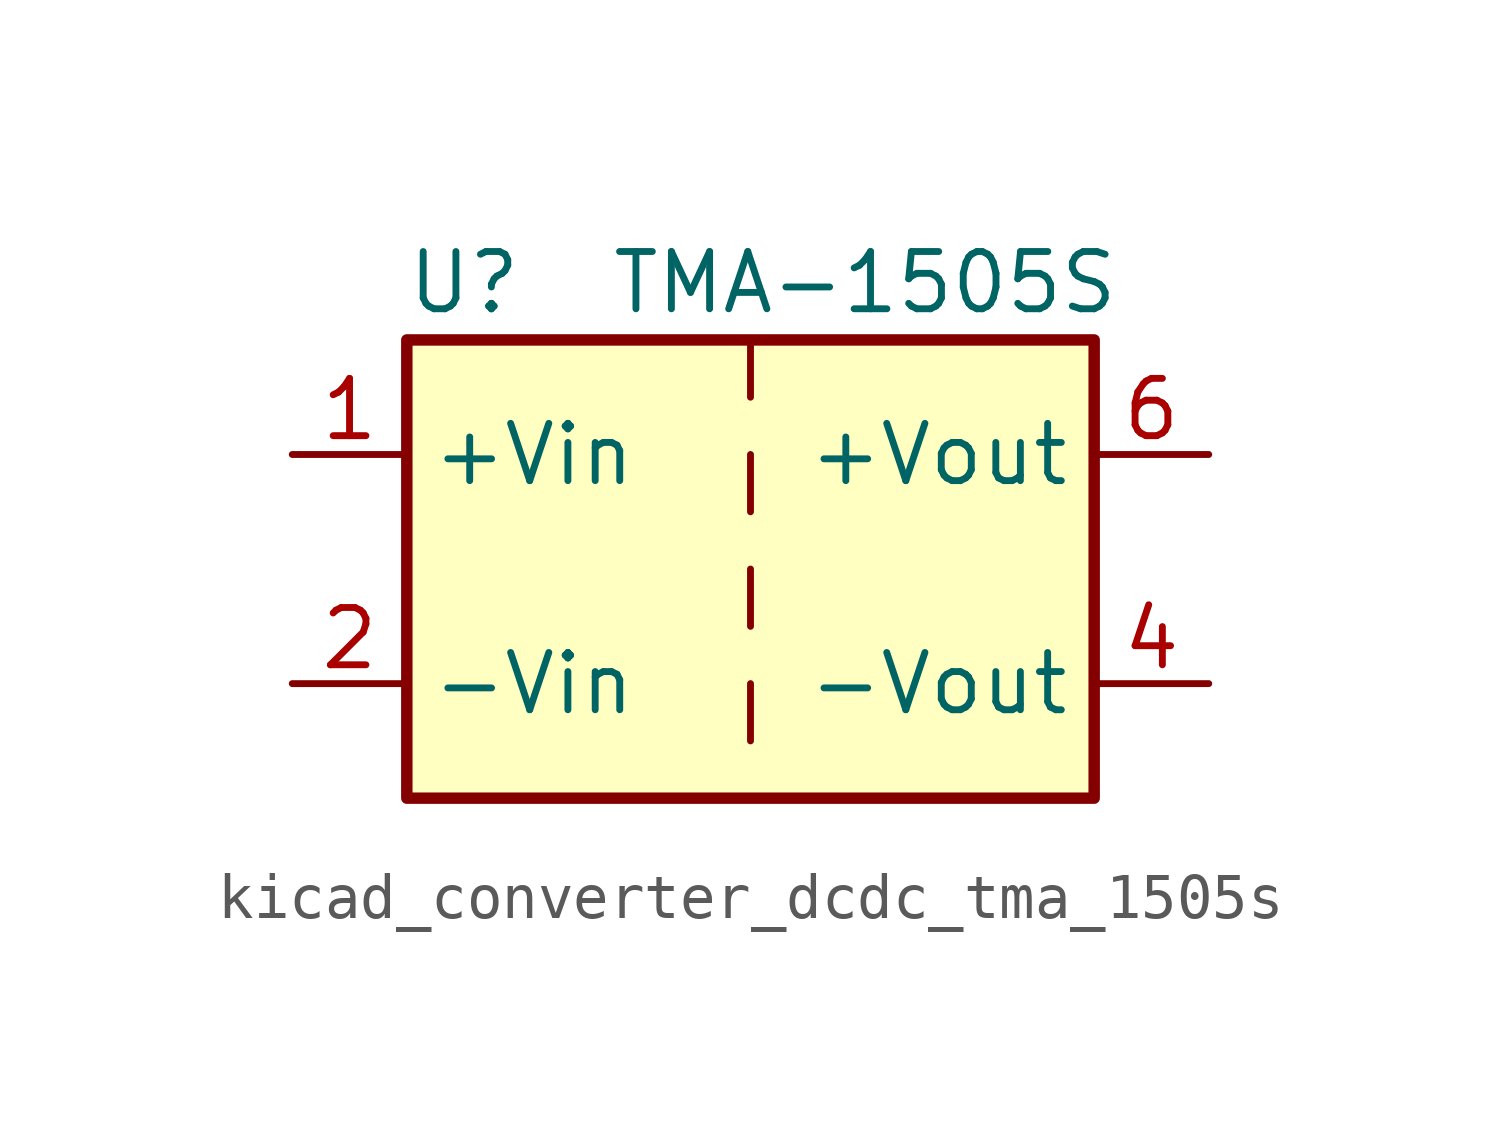
<source format=kicad_sym>
(kicad_symbol_lib
  (version 20220914)
  (generator kicad_symbol_editor)
  (symbol "kicad_converter_dcdc_tma_1505s"
    (property "Reference" "U"
      (at -6.35 6.35 0)
      (effects (font (size 1.27 1.27))))
    (property "Value" "TMA-1505S"
      (at 2.54 6.35 0)
      (effects (font (size 1.27 1.27))))
    (symbol "kicad_converter_dcdc_tma_1505s_0_1"
      (rectangle (start -7.62 5.08) (end 7.62 -5.08) (stroke (width 0.254) (type default)) (fill (type background)))
      (polyline (pts (xy 0 -2.54) (xy 0 -3.81)) (stroke (width 0) (type default)) (fill (type none)))
      (polyline (pts (xy 0 0) (xy 0 -1.27)) (stroke (width 0) (type default)) (fill (type none)))
      (polyline (pts (xy 0 2.54) (xy 0 1.27)) (stroke (width 0) (type default)) (fill (type none)))
      (polyline (pts (xy 0 5.08) (xy 0 3.81)) (stroke (width 0) (type default)) (fill (type none))))
    (symbol "kicad_converter_dcdc_tma_1505s_1_1"
      (pin power_in line (at -10.16 2.54 0) (length 2.54) (name "+Vin" (effects (font (size 1.27 1.27)))) (number "1" (effects (font (size 1.27 1.27)))))
      (pin power_in line (at -10.16 -2.54 0) (length 2.54) (name "-Vin" (effects (font (size 1.27 1.27)))) (number "2" (effects (font (size 1.27 1.27)))))
      (pin power_out line (at 10.16 -2.54 180) (length 2.54) (name "-Vout" (effects (font (size 1.27 1.27)))) (number "4" (effects (font (size 1.27 1.27)))))
      (pin power_out line (at 10.16 2.54 180) (length 2.54) (name "+Vout" (effects (font (size 1.27 1.27)))) (number "6" (effects (font (size 1.27 1.27))))))))
</source>
